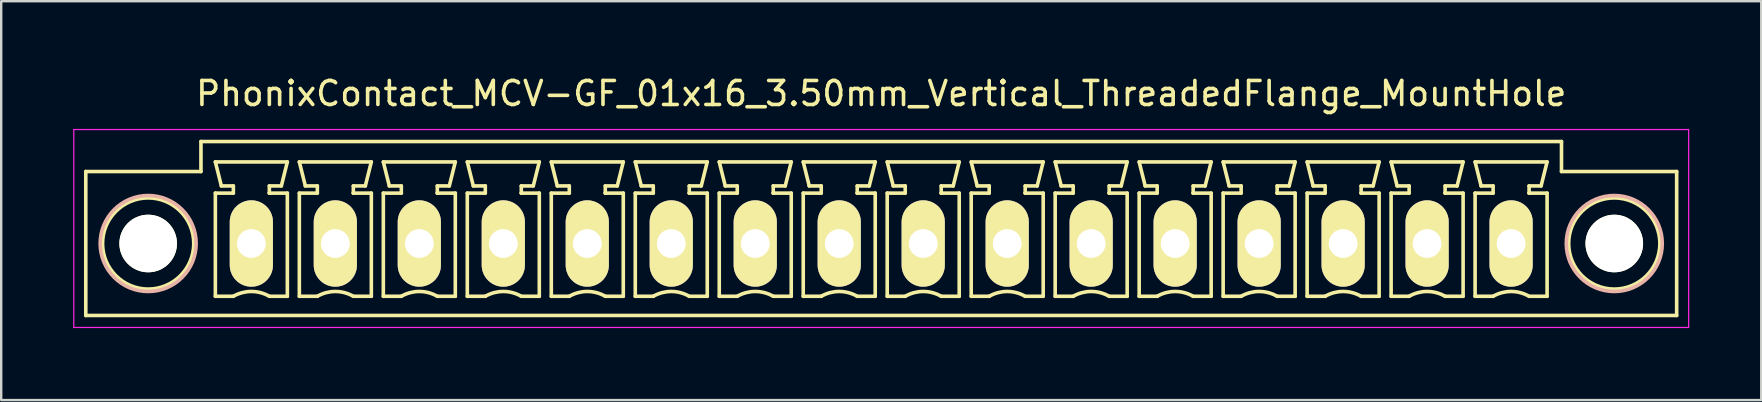
<source format=kicad_pcb>
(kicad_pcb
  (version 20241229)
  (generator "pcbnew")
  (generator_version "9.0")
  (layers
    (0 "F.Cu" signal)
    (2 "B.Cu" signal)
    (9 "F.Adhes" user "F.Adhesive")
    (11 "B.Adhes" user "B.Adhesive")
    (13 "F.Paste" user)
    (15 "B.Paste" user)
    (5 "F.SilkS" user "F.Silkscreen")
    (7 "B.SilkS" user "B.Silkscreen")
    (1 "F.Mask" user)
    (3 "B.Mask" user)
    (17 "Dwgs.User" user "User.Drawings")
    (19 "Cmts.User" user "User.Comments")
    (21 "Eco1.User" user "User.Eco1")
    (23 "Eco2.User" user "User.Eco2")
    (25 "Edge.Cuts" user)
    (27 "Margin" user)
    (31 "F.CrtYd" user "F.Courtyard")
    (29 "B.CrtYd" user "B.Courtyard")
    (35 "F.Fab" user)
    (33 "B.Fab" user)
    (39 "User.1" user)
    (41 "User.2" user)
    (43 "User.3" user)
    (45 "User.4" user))
  (footprint "PhonixContact_MCV-GF_01x16_3.50mm_Vertical_ThreadedFlange_MountHole"
    (layer "F.Cu")
    (at 7.425 7.098)
    (property "Reference" "PhonixContact_MCV-GF_01x16_3.50mm_Vertical_ThreadedFlange_MountHole" (at 26.25 -6.25 0) (layer "F.SilkS") (effects (font (size 1 1) (thickness 0.15))))
    (attr through_hole)
    (fp_line (start -6.9 -3) (end -6.9 3) (stroke (width 0.15) (type solid)) (layer "F.SilkS"))
    (fp_line (start -6.9 3) (end 59.4 3) (stroke (width 0.15) (type solid)) (layer "F.SilkS"))
    (fp_line (start -2.1 -4.25) (end -2.1 -3) (stroke (width 0.15) (type solid)) (layer "F.SilkS"))
    (fp_line (start -2.1 -3) (end -6.9 -3) (stroke (width 0.15) (type solid)) (layer "F.SilkS"))
    (fp_line (start -1.5 -3.4) (end 1.5 -3.4) (stroke (width 0.15) (type solid)) (layer "F.SilkS"))
    (fp_line (start -1.5 -2.1) (end -0.75 -2.1) (stroke (width 0.15) (type solid)) (layer "F.SilkS"))
    (fp_line (start -1.5 2.2) (end -1.5 -2.1) (stroke (width 0.15) (type solid)) (layer "F.SilkS"))
    (fp_line (start -1.25 -2.4) (end -1.5 -3.4) (stroke (width 0.15) (type solid)) (layer "F.SilkS"))
    (fp_line (start -0.75 -2.4) (end -1.25 -2.4) (stroke (width 0.15) (type solid)) (layer "F.SilkS"))
    (fp_line (start -0.75 -2.1) (end -0.75 -2.4) (stroke (width 0.15) (type solid)) (layer "F.SilkS"))
    (fp_line (start -0.75 2.2) (end -1.5 2.2) (stroke (width 0.15) (type solid)) (layer "F.SilkS"))
    (fp_line (start 0.75 -2.4) (end 0.75 -2.1) (stroke (width 0.15) (type solid)) (layer "F.SilkS"))
    (fp_line (start 0.75 -2.1) (end 0.75 -2.1) (stroke (width 0.15) (type solid)) (layer "F.SilkS"))
    (fp_line (start 0.75 -2.1) (end 1.5 -2.1) (stroke (width 0.15) (type solid)) (layer "F.SilkS"))
    (fp_line (start 1.25 -2.4) (end 0.75 -2.4) (stroke (width 0.15) (type solid)) (layer "F.SilkS"))
    (fp_line (start 1.5 -3.4) (end 1.25 -2.4) (stroke (width 0.15) (type solid)) (layer "F.SilkS"))
    (fp_line (start 1.5 -2.1) (end 1.5 2.2) (stroke (width 0.15) (type solid)) (layer "F.SilkS"))
    (fp_line (start 1.5 2.2) (end 0.75 2.2) (stroke (width 0.15) (type solid)) (layer "F.SilkS"))
    (fp_line (start 2 -3.4) (end 5 -3.4) (stroke (width 0.15) (type solid)) (layer "F.SilkS"))
    (fp_line (start 2 -2.1) (end 2.75 -2.1) (stroke (width 0.15) (type solid)) (layer "F.SilkS"))
    (fp_line (start 2 2.2) (end 2 -2.1) (stroke (width 0.15) (type solid)) (layer "F.SilkS"))
    (fp_line (start 2.25 -2.4) (end 2 -3.4) (stroke (width 0.15) (type solid)) (layer "F.SilkS"))
    (fp_line (start 2.75 -2.4) (end 2.25 -2.4) (stroke (width 0.15) (type solid)) (layer "F.SilkS"))
    (fp_line (start 2.75 -2.1) (end 2.75 -2.4) (stroke (width 0.15) (type solid)) (layer "F.SilkS"))
    (fp_line (start 2.75 2.2) (end 2 2.2) (stroke (width 0.15) (type solid)) (layer "F.SilkS"))
    (fp_line (start 4.25 -2.4) (end 4.25 -2.1) (stroke (width 0.15) (type solid)) (layer "F.SilkS"))
    (fp_line (start 4.25 -2.1) (end 4.25 -2.1) (stroke (width 0.15) (type solid)) (layer "F.SilkS"))
    (fp_line (start 4.25 -2.1) (end 5 -2.1) (stroke (width 0.15) (type solid)) (layer "F.SilkS"))
    (fp_line (start 4.75 -2.4) (end 4.25 -2.4) (stroke (width 0.15) (type solid)) (layer "F.SilkS"))
    (fp_line (start 5 -3.4) (end 4.75 -2.4) (stroke (width 0.15) (type solid)) (layer "F.SilkS"))
    (fp_line (start 5 -2.1) (end 5 2.2) (stroke (width 0.15) (type solid)) (layer "F.SilkS"))
    (fp_line (start 5 2.2) (end 4.25 2.2) (stroke (width 0.15) (type solid)) (layer "F.SilkS"))
    (fp_line (start 5.5 -3.4) (end 8.5 -3.4) (stroke (width 0.15) (type solid)) (layer "F.SilkS"))
    (fp_line (start 5.5 -2.1) (end 6.25 -2.1) (stroke (width 0.15) (type solid)) (layer "F.SilkS"))
    (fp_line (start 5.5 2.2) (end 5.5 -2.1) (stroke (width 0.15) (type solid)) (layer "F.SilkS"))
    (fp_line (start 5.75 -2.4) (end 5.5 -3.4) (stroke (width 0.15) (type solid)) (layer "F.SilkS"))
    (fp_line (start 6.25 -2.4) (end 5.75 -2.4) (stroke (width 0.15) (type solid)) (layer "F.SilkS"))
    (fp_line (start 6.25 -2.1) (end 6.25 -2.4) (stroke (width 0.15) (type solid)) (layer "F.SilkS"))
    (fp_line (start 6.25 2.2) (end 5.5 2.2) (stroke (width 0.15) (type solid)) (layer "F.SilkS"))
    (fp_line (start 7.75 -2.4) (end 7.75 -2.1) (stroke (width 0.15) (type solid)) (layer "F.SilkS"))
    (fp_line (start 7.75 -2.1) (end 7.75 -2.1) (stroke (width 0.15) (type solid)) (layer "F.SilkS"))
    (fp_line (start 7.75 -2.1) (end 8.5 -2.1) (stroke (width 0.15) (type solid)) (layer "F.SilkS"))
    (fp_line (start 8.25 -2.4) (end 7.75 -2.4) (stroke (width 0.15) (type solid)) (layer "F.SilkS"))
    (fp_line (start 8.5 -3.4) (end 8.25 -2.4) (stroke (width 0.15) (type solid)) (layer "F.SilkS"))
    (fp_line (start 8.5 -2.1) (end 8.5 2.2) (stroke (width 0.15) (type solid)) (layer "F.SilkS"))
    (fp_line (start 8.5 2.2) (end 7.75 2.2) (stroke (width 0.15) (type solid)) (layer "F.SilkS"))
    (fp_line (start 9 -3.4) (end 12 -3.4) (stroke (width 0.15) (type solid)) (layer "F.SilkS"))
    (fp_line (start 9 -2.1) (end 9.75 -2.1) (stroke (width 0.15) (type solid)) (layer "F.SilkS"))
    (fp_line (start 9 2.2) (end 9 -2.1) (stroke (width 0.15) (type solid)) (layer "F.SilkS"))
    (fp_line (start 9.25 -2.4) (end 9 -3.4) (stroke (width 0.15) (type solid)) (layer "F.SilkS"))
    (fp_line (start 9.75 -2.4) (end 9.25 -2.4) (stroke (width 0.15) (type solid)) (layer "F.SilkS"))
    (fp_line (start 9.75 -2.1) (end 9.75 -2.4) (stroke (width 0.15) (type solid)) (layer "F.SilkS"))
    (fp_line (start 9.75 2.2) (end 9 2.2) (stroke (width 0.15) (type solid)) (layer "F.SilkS"))
    (fp_line (start 11.25 -2.4) (end 11.25 -2.1) (stroke (width 0.15) (type solid)) (layer "F.SilkS"))
    (fp_line (start 11.25 -2.1) (end 11.25 -2.1) (stroke (width 0.15) (type solid)) (layer "F.SilkS"))
    (fp_line (start 11.25 -2.1) (end 12 -2.1) (stroke (width 0.15) (type solid)) (layer "F.SilkS"))
    (fp_line (start 11.75 -2.4) (end 11.25 -2.4) (stroke (width 0.15) (type solid)) (layer "F.SilkS"))
    (fp_line (start 12 -3.4) (end 11.75 -2.4) (stroke (width 0.15) (type solid)) (layer "F.SilkS"))
    (fp_line (start 12 -2.1) (end 12 2.2) (stroke (width 0.15) (type solid)) (layer "F.SilkS"))
    (fp_line (start 12 2.2) (end 11.25 2.2) (stroke (width 0.15) (type solid)) (layer "F.SilkS"))
    (fp_line (start 12.5 -3.4) (end 15.5 -3.4) (stroke (width 0.15) (type solid)) (layer "F.SilkS"))
    (fp_line (start 12.5 -2.1) (end 13.25 -2.1) (stroke (width 0.15) (type solid)) (layer "F.SilkS"))
    (fp_line (start 12.5 2.2) (end 12.5 -2.1) (stroke (width 0.15) (type solid)) (layer "F.SilkS"))
    (fp_line (start 12.75 -2.4) (end 12.5 -3.4) (stroke (width 0.15) (type solid)) (layer "F.SilkS"))
    (fp_line (start 13.25 -2.4) (end 12.75 -2.4) (stroke (width 0.15) (type solid)) (layer "F.SilkS"))
    (fp_line (start 13.25 -2.1) (end 13.25 -2.4) (stroke (width 0.15) (type solid)) (layer "F.SilkS"))
    (fp_line (start 13.25 2.2) (end 12.5 2.2) (stroke (width 0.15) (type solid)) (layer "F.SilkS"))
    (fp_line (start 14.75 -2.4) (end 14.75 -2.1) (stroke (width 0.15) (type solid)) (layer "F.SilkS"))
    (fp_line (start 14.75 -2.1) (end 14.75 -2.1) (stroke (width 0.15) (type solid)) (layer "F.SilkS"))
    (fp_line (start 14.75 -2.1) (end 15.5 -2.1) (stroke (width 0.15) (type solid)) (layer "F.SilkS"))
    (fp_line (start 15.25 -2.4) (end 14.75 -2.4) (stroke (width 0.15) (type solid)) (layer "F.SilkS"))
    (fp_line (start 15.5 -3.4) (end 15.25 -2.4) (stroke (width 0.15) (type solid)) (layer "F.SilkS"))
    (fp_line (start 15.5 -2.1) (end 15.5 2.2) (stroke (width 0.15) (type solid)) (layer "F.SilkS"))
    (fp_line (start 15.5 2.2) (end 14.75 2.2) (stroke (width 0.15) (type solid)) (layer "F.SilkS"))
    (fp_line (start 16 -3.4) (end 19 -3.4) (stroke (width 0.15) (type solid)) (layer "F.SilkS"))
    (fp_line (start 16 -2.1) (end 16.75 -2.1) (stroke (width 0.15) (type solid)) (layer "F.SilkS"))
    (fp_line (start 16 2.2) (end 16 -2.1) (stroke (width 0.15) (type solid)) (layer "F.SilkS"))
    (fp_line (start 16.25 -2.4) (end 16 -3.4) (stroke (width 0.15) (type solid)) (layer "F.SilkS"))
    (fp_line (start 16.75 -2.4) (end 16.25 -2.4) (stroke (width 0.15) (type solid)) (layer "F.SilkS"))
    (fp_line (start 16.75 -2.1) (end 16.75 -2.4) (stroke (width 0.15) (type solid)) (layer "F.SilkS"))
    (fp_line (start 16.75 2.2) (end 16 2.2) (stroke (width 0.15) (type solid)) (layer "F.SilkS"))
    (fp_line (start 18.25 -2.4) (end 18.25 -2.1) (stroke (width 0.15) (type solid)) (layer "F.SilkS"))
    (fp_line (start 18.25 -2.1) (end 18.25 -2.1) (stroke (width 0.15) (type solid)) (layer "F.SilkS"))
    (fp_line (start 18.25 -2.1) (end 19 -2.1) (stroke (width 0.15) (type solid)) (layer "F.SilkS"))
    (fp_line (start 18.75 -2.4) (end 18.25 -2.4) (stroke (width 0.15) (type solid)) (layer "F.SilkS"))
    (fp_line (start 19 -3.4) (end 18.75 -2.4) (stroke (width 0.15) (type solid)) (layer "F.SilkS"))
    (fp_line (start 19 -2.1) (end 19 2.2) (stroke (width 0.15) (type solid)) (layer "F.SilkS"))
    (fp_line (start 19 2.2) (end 18.25 2.2) (stroke (width 0.15) (type solid)) (layer "F.SilkS"))
    (fp_line (start 19.5 -3.4) (end 22.5 -3.4) (stroke (width 0.15) (type solid)) (layer "F.SilkS"))
    (fp_line (start 19.5 -2.1) (end 20.25 -2.1) (stroke (width 0.15) (type solid)) (layer "F.SilkS"))
    (fp_line (start 19.5 2.2) (end 19.5 -2.1) (stroke (width 0.15) (type solid)) (layer "F.SilkS"))
    (fp_line (start 19.75 -2.4) (end 19.5 -3.4) (stroke (width 0.15) (type solid)) (layer "F.SilkS"))
    (fp_line (start 20.25 -2.4) (end 19.75 -2.4) (stroke (width 0.15) (type solid)) (layer "F.SilkS"))
    (fp_line (start 20.25 -2.1) (end 20.25 -2.4) (stroke (width 0.15) (type solid)) (layer "F.SilkS"))
    (fp_line (start 20.25 2.2) (end 19.5 2.2) (stroke (width 0.15) (type solid)) (layer "F.SilkS"))
    (fp_line (start 21.75 -2.4) (end 21.75 -2.1) (stroke (width 0.15) (type solid)) (layer "F.SilkS"))
    (fp_line (start 21.75 -2.1) (end 21.75 -2.1) (stroke (width 0.15) (type solid)) (layer "F.SilkS"))
    (fp_line (start 21.75 -2.1) (end 22.5 -2.1) (stroke (width 0.15) (type solid)) (layer "F.SilkS"))
    (fp_line (start 22.25 -2.4) (end 21.75 -2.4) (stroke (width 0.15) (type solid)) (layer "F.SilkS"))
    (fp_line (start 22.5 -3.4) (end 22.25 -2.4) (stroke (width 0.15) (type solid)) (layer "F.SilkS"))
    (fp_line (start 22.5 -2.1) (end 22.5 2.2) (stroke (width 0.15) (type solid)) (layer "F.SilkS"))
    (fp_line (start 22.5 2.2) (end 21.75 2.2) (stroke (width 0.15) (type solid)) (layer "F.SilkS"))
    (fp_line (start 23 -3.4) (end 26 -3.4) (stroke (width 0.15) (type solid)) (layer "F.SilkS"))
    (fp_line (start 23 -2.1) (end 23.75 -2.1) (stroke (width 0.15) (type solid)) (layer "F.SilkS"))
    (fp_line (start 23 2.2) (end 23 -2.1) (stroke (width 0.15) (type solid)) (layer "F.SilkS"))
    (fp_line (start 23.25 -2.4) (end 23 -3.4) (stroke (width 0.15) (type solid)) (layer "F.SilkS"))
    (fp_line (start 23.75 -2.4) (end 23.25 -2.4) (stroke (width 0.15) (type solid)) (layer "F.SilkS"))
    (fp_line (start 23.75 -2.1) (end 23.75 -2.4) (stroke (width 0.15) (type solid)) (layer "F.SilkS"))
    (fp_line (start 23.75 2.2) (end 23 2.2) (stroke (width 0.15) (type solid)) (layer "F.SilkS"))
    (fp_line (start 25.25 -2.4) (end 25.25 -2.1) (stroke (width 0.15) (type solid)) (layer "F.SilkS"))
    (fp_line (start 25.25 -2.1) (end 25.25 -2.1) (stroke (width 0.15) (type solid)) (layer "F.SilkS"))
    (fp_line (start 25.25 -2.1) (end 26 -2.1) (stroke (width 0.15) (type solid)) (layer "F.SilkS"))
    (fp_line (start 25.75 -2.4) (end 25.25 -2.4) (stroke (width 0.15) (type solid)) (layer "F.SilkS"))
    (fp_line (start 26 -3.4) (end 25.75 -2.4) (stroke (width 0.15) (type solid)) (layer "F.SilkS"))
    (fp_line (start 26 -2.1) (end 26 2.2) (stroke (width 0.15) (type solid)) (layer "F.SilkS"))
    (fp_line (start 26 2.2) (end 25.25 2.2) (stroke (width 0.15) (type solid)) (layer "F.SilkS"))
    (fp_line (start 26.5 -3.4) (end 29.5 -3.4) (stroke (width 0.15) (type solid)) (layer "F.SilkS"))
    (fp_line (start 26.5 -2.1) (end 27.25 -2.1) (stroke (width 0.15) (type solid)) (layer "F.SilkS"))
    (fp_line (start 26.5 2.2) (end 26.5 -2.1) (stroke (width 0.15) (type solid)) (layer "F.SilkS"))
    (fp_line (start 26.75 -2.4) (end 26.5 -3.4) (stroke (width 0.15) (type solid)) (layer "F.SilkS"))
    (fp_line (start 27.25 -2.4) (end 26.75 -2.4) (stroke (width 0.15) (type solid)) (layer "F.SilkS"))
    (fp_line (start 27.25 -2.1) (end 27.25 -2.4) (stroke (width 0.15) (type solid)) (layer "F.SilkS"))
    (fp_line (start 27.25 2.2) (end 26.5 2.2) (stroke (width 0.15) (type solid)) (layer "F.SilkS"))
    (fp_line (start 28.75 -2.4) (end 28.75 -2.1) (stroke (width 0.15) (type solid)) (layer "F.SilkS"))
    (fp_line (start 28.75 -2.1) (end 28.75 -2.1) (stroke (width 0.15) (type solid)) (layer "F.SilkS"))
    (fp_line (start 28.75 -2.1) (end 29.5 -2.1) (stroke (width 0.15) (type solid)) (layer "F.SilkS"))
    (fp_line (start 29.25 -2.4) (end 28.75 -2.4) (stroke (width 0.15) (type solid)) (layer "F.SilkS"))
    (fp_line (start 29.5 -3.4) (end 29.25 -2.4) (stroke (width 0.15) (type solid)) (layer "F.SilkS"))
    (fp_line (start 29.5 -2.1) (end 29.5 2.2) (stroke (width 0.15) (type solid)) (layer "F.SilkS"))
    (fp_line (start 29.5 2.2) (end 28.75 2.2) (stroke (width 0.15) (type solid)) (layer "F.SilkS"))
    (fp_line (start 30 -3.4) (end 33 -3.4) (stroke (width 0.15) (type solid)) (layer "F.SilkS"))
    (fp_line (start 30 -2.1) (end 30.75 -2.1) (stroke (width 0.15) (type solid)) (layer "F.SilkS"))
    (fp_line (start 30 2.2) (end 30 -2.1) (stroke (width 0.15) (type solid)) (layer "F.SilkS"))
    (fp_line (start 30.25 -2.4) (end 30 -3.4) (stroke (width 0.15) (type solid)) (layer "F.SilkS"))
    (fp_line (start 30.75 -2.4) (end 30.25 -2.4) (stroke (width 0.15) (type solid)) (layer "F.SilkS"))
    (fp_line (start 30.75 -2.1) (end 30.75 -2.4) (stroke (width 0.15) (type solid)) (layer "F.SilkS"))
    (fp_line (start 30.75 2.2) (end 30 2.2) (stroke (width 0.15) (type solid)) (layer "F.SilkS"))
    (fp_line (start 32.25 -2.4) (end 32.25 -2.1) (stroke (width 0.15) (type solid)) (layer "F.SilkS"))
    (fp_line (start 32.25 -2.1) (end 32.25 -2.1) (stroke (width 0.15) (type solid)) (layer "F.SilkS"))
    (fp_line (start 32.25 -2.1) (end 33 -2.1) (stroke (width 0.15) (type solid)) (layer "F.SilkS"))
    (fp_line (start 32.75 -2.4) (end 32.25 -2.4) (stroke (width 0.15) (type solid)) (layer "F.SilkS"))
    (fp_line (start 33 -3.4) (end 32.75 -2.4) (stroke (width 0.15) (type solid)) (layer "F.SilkS"))
    (fp_line (start 33 -2.1) (end 33 2.2) (stroke (width 0.15) (type solid)) (layer "F.SilkS"))
    (fp_line (start 33 2.2) (end 32.25 2.2) (stroke (width 0.15) (type solid)) (layer "F.SilkS"))
    (fp_line (start 33.5 -3.4) (end 36.5 -3.4) (stroke (width 0.15) (type solid)) (layer "F.SilkS"))
    (fp_line (start 33.5 -2.1) (end 34.25 -2.1) (stroke (width 0.15) (type solid)) (layer "F.SilkS"))
    (fp_line (start 33.5 2.2) (end 33.5 -2.1) (stroke (width 0.15) (type solid)) (layer "F.SilkS"))
    (fp_line (start 33.75 -2.4) (end 33.5 -3.4) (stroke (width 0.15) (type solid)) (layer "F.SilkS"))
    (fp_line (start 34.25 -2.4) (end 33.75 -2.4) (stroke (width 0.15) (type solid)) (layer "F.SilkS"))
    (fp_line (start 34.25 -2.1) (end 34.25 -2.4) (stroke (width 0.15) (type solid)) (layer "F.SilkS"))
    (fp_line (start 34.25 2.2) (end 33.5 2.2) (stroke (width 0.15) (type solid)) (layer "F.SilkS"))
    (fp_line (start 35.75 -2.4) (end 35.75 -2.1) (stroke (width 0.15) (type solid)) (layer "F.SilkS"))
    (fp_line (start 35.75 -2.1) (end 35.75 -2.1) (stroke (width 0.15) (type solid)) (layer "F.SilkS"))
    (fp_line (start 35.75 -2.1) (end 36.5 -2.1) (stroke (width 0.15) (type solid)) (layer "F.SilkS"))
    (fp_line (start 36.25 -2.4) (end 35.75 -2.4) (stroke (width 0.15) (type solid)) (layer "F.SilkS"))
    (fp_line (start 36.5 -3.4) (end 36.25 -2.4) (stroke (width 0.15) (type solid)) (layer "F.SilkS"))
    (fp_line (start 36.5 -2.1) (end 36.5 2.2) (stroke (width 0.15) (type solid)) (layer "F.SilkS"))
    (fp_line (start 36.5 2.2) (end 35.75 2.2) (stroke (width 0.15) (type solid)) (layer "F.SilkS"))
    (fp_line (start 37 -3.4) (end 40 -3.4) (stroke (width 0.15) (type solid)) (layer "F.SilkS"))
    (fp_line (start 37 -2.1) (end 37.75 -2.1) (stroke (width 0.15) (type solid)) (layer "F.SilkS"))
    (fp_line (start 37 2.2) (end 37 -2.1) (stroke (width 0.15) (type solid)) (layer "F.SilkS"))
    (fp_line (start 37.25 -2.4) (end 37 -3.4) (stroke (width 0.15) (type solid)) (layer "F.SilkS"))
    (fp_line (start 37.75 -2.4) (end 37.25 -2.4) (stroke (width 0.15) (type solid)) (layer "F.SilkS"))
    (fp_line (start 37.75 -2.1) (end 37.75 -2.4) (stroke (width 0.15) (type solid)) (layer "F.SilkS"))
    (fp_line (start 37.75 2.2) (end 37 2.2) (stroke (width 0.15) (type solid)) (layer "F.SilkS"))
    (fp_line (start 39.25 -2.4) (end 39.25 -2.1) (stroke (width 0.15) (type solid)) (layer "F.SilkS"))
    (fp_line (start 39.25 -2.1) (end 39.25 -2.1) (stroke (width 0.15) (type solid)) (layer "F.SilkS"))
    (fp_line (start 39.25 -2.1) (end 40 -2.1) (stroke (width 0.15) (type solid)) (layer "F.SilkS"))
    (fp_line (start 39.75 -2.4) (end 39.25 -2.4) (stroke (width 0.15) (type solid)) (layer "F.SilkS"))
    (fp_line (start 40 -3.4) (end 39.75 -2.4) (stroke (width 0.15) (type solid)) (layer "F.SilkS"))
    (fp_line (start 40 -2.1) (end 40 2.2) (stroke (width 0.15) (type solid)) (layer "F.SilkS"))
    (fp_line (start 40 2.2) (end 39.25 2.2) (stroke (width 0.15) (type solid)) (layer "F.SilkS"))
    (fp_line (start 40.5 -3.4) (end 43.5 -3.4) (stroke (width 0.15) (type solid)) (layer "F.SilkS"))
    (fp_line (start 40.5 -2.1) (end 41.25 -2.1) (stroke (width 0.15) (type solid)) (layer "F.SilkS"))
    (fp_line (start 40.5 2.2) (end 40.5 -2.1) (stroke (width 0.15) (type solid)) (layer "F.SilkS"))
    (fp_line (start 40.75 -2.4) (end 40.5 -3.4) (stroke (width 0.15) (type solid)) (layer "F.SilkS"))
    (fp_line (start 41.25 -2.4) (end 40.75 -2.4) (stroke (width 0.15) (type solid)) (layer "F.SilkS"))
    (fp_line (start 41.25 -2.1) (end 41.25 -2.4) (stroke (width 0.15) (type solid)) (layer "F.SilkS"))
    (fp_line (start 41.25 2.2) (end 40.5 2.2) (stroke (width 0.15) (type solid)) (layer "F.SilkS"))
    (fp_line (start 42.75 -2.4) (end 42.75 -2.1) (stroke (width 0.15) (type solid)) (layer "F.SilkS"))
    (fp_line (start 42.75 -2.1) (end 42.75 -2.1) (stroke (width 0.15) (type solid)) (layer "F.SilkS"))
    (fp_line (start 42.75 -2.1) (end 43.5 -2.1) (stroke (width 0.15) (type solid)) (layer "F.SilkS"))
    (fp_line (start 43.25 -2.4) (end 42.75 -2.4) (stroke (width 0.15) (type solid)) (layer "F.SilkS"))
    (fp_line (start 43.5 -3.4) (end 43.25 -2.4) (stroke (width 0.15) (type solid)) (layer "F.SilkS"))
    (fp_line (start 43.5 -2.1) (end 43.5 2.2) (stroke (width 0.15) (type solid)) (layer "F.SilkS"))
    (fp_line (start 43.5 2.2) (end 42.75 2.2) (stroke (width 0.15) (type solid)) (layer "F.SilkS"))
    (fp_line (start 44 -3.4) (end 47 -3.4) (stroke (width 0.15) (type solid)) (layer "F.SilkS"))
    (fp_line (start 44 -2.1) (end 44.75 -2.1) (stroke (width 0.15) (type solid)) (layer "F.SilkS"))
    (fp_line (start 44 2.2) (end 44 -2.1) (stroke (width 0.15) (type solid)) (layer "F.SilkS"))
    (fp_line (start 44.25 -2.4) (end 44 -3.4) (stroke (width 0.15) (type solid)) (layer "F.SilkS"))
    (fp_line (start 44.75 -2.4) (end 44.25 -2.4) (stroke (width 0.15) (type solid)) (layer "F.SilkS"))
    (fp_line (start 44.75 -2.1) (end 44.75 -2.4) (stroke (width 0.15) (type solid)) (layer "F.SilkS"))
    (fp_line (start 44.75 2.2) (end 44 2.2) (stroke (width 0.15) (type solid)) (layer "F.SilkS"))
    (fp_line (start 46.25 -2.4) (end 46.25 -2.1) (stroke (width 0.15) (type solid)) (layer "F.SilkS"))
    (fp_line (start 46.25 -2.1) (end 46.25 -2.1) (stroke (width 0.15) (type solid)) (layer "F.SilkS"))
    (fp_line (start 46.25 -2.1) (end 47 -2.1) (stroke (width 0.15) (type solid)) (layer "F.SilkS"))
    (fp_line (start 46.75 -2.4) (end 46.25 -2.4) (stroke (width 0.15) (type solid)) (layer "F.SilkS"))
    (fp_line (start 47 -3.4) (end 46.75 -2.4) (stroke (width 0.15) (type solid)) (layer "F.SilkS"))
    (fp_line (start 47 -2.1) (end 47 2.2) (stroke (width 0.15) (type solid)) (layer "F.SilkS"))
    (fp_line (start 47 2.2) (end 46.25 2.2) (stroke (width 0.15) (type solid)) (layer "F.SilkS"))
    (fp_line (start 47.5 -3.4) (end 50.5 -3.4) (stroke (width 0.15) (type solid)) (layer "F.SilkS"))
    (fp_line (start 47.5 -2.1) (end 48.25 -2.1) (stroke (width 0.15) (type solid)) (layer "F.SilkS"))
    (fp_line (start 47.5 2.2) (end 47.5 -2.1) (stroke (width 0.15) (type solid)) (layer "F.SilkS"))
    (fp_line (start 47.75 -2.4) (end 47.5 -3.4) (stroke (width 0.15) (type solid)) (layer "F.SilkS"))
    (fp_line (start 48.25 -2.4) (end 47.75 -2.4) (stroke (width 0.15) (type solid)) (layer "F.SilkS"))
    (fp_line (start 48.25 -2.1) (end 48.25 -2.4) (stroke (width 0.15) (type solid)) (layer "F.SilkS"))
    (fp_line (start 48.25 2.2) (end 47.5 2.2) (stroke (width 0.15) (type solid)) (layer "F.SilkS"))
    (fp_line (start 49.75 -2.4) (end 49.75 -2.1) (stroke (width 0.15) (type solid)) (layer "F.SilkS"))
    (fp_line (start 49.75 -2.1) (end 49.75 -2.1) (stroke (width 0.15) (type solid)) (layer "F.SilkS"))
    (fp_line (start 49.75 -2.1) (end 50.5 -2.1) (stroke (width 0.15) (type solid)) (layer "F.SilkS"))
    (fp_line (start 50.25 -2.4) (end 49.75 -2.4) (stroke (width 0.15) (type solid)) (layer "F.SilkS"))
    (fp_line (start 50.5 -3.4) (end 50.25 -2.4) (stroke (width 0.15) (type solid)) (layer "F.SilkS"))
    (fp_line (start 50.5 -2.1) (end 50.5 2.2) (stroke (width 0.15) (type solid)) (layer "F.SilkS"))
    (fp_line (start 50.5 2.2) (end 49.75 2.2) (stroke (width 0.15) (type solid)) (layer "F.SilkS"))
    (fp_line (start 51 -3.4) (end 54 -3.4) (stroke (width 0.15) (type solid)) (layer "F.SilkS"))
    (fp_line (start 51 -2.1) (end 51.75 -2.1) (stroke (width 0.15) (type solid)) (layer "F.SilkS"))
    (fp_line (start 51 2.2) (end 51 -2.1) (stroke (width 0.15) (type solid)) (layer "F.SilkS"))
    (fp_line (start 51.25 -2.4) (end 51 -3.4) (stroke (width 0.15) (type solid)) (layer "F.SilkS"))
    (fp_line (start 51.75 -2.4) (end 51.25 -2.4) (stroke (width 0.15) (type solid)) (layer "F.SilkS"))
    (fp_line (start 51.75 -2.1) (end 51.75 -2.4) (stroke (width 0.15) (type solid)) (layer "F.SilkS"))
    (fp_line (start 51.75 2.2) (end 51 2.2) (stroke (width 0.15) (type solid)) (layer "F.SilkS"))
    (fp_line (start 53.25 -2.4) (end 53.25 -2.1) (stroke (width 0.15) (type solid)) (layer "F.SilkS"))
    (fp_line (start 53.25 -2.1) (end 53.25 -2.1) (stroke (width 0.15) (type solid)) (layer "F.SilkS"))
    (fp_line (start 53.25 -2.1) (end 54 -2.1) (stroke (width 0.15) (type solid)) (layer "F.SilkS"))
    (fp_line (start 53.75 -2.4) (end 53.25 -2.4) (stroke (width 0.15) (type solid)) (layer "F.SilkS"))
    (fp_line (start 54 -3.4) (end 53.75 -2.4) (stroke (width 0.15) (type solid)) (layer "F.SilkS"))
    (fp_line (start 54 -2.1) (end 54 2.2) (stroke (width 0.15) (type solid)) (layer "F.SilkS"))
    (fp_line (start 54 2.2) (end 53.25 2.2) (stroke (width 0.15) (type solid)) (layer "F.SilkS"))
    (fp_line (start 54.6 -4.25) (end -2.1 -4.25) (stroke (width 0.15) (type solid)) (layer "F.SilkS"))
    (fp_line (start 54.6 -3) (end 54.6 -4.25) (stroke (width 0.15) (type solid)) (layer "F.SilkS"))
    (fp_line (start 59.4 -3) (end 54.6 -3) (stroke (width 0.15) (type solid)) (layer "F.SilkS"))
    (fp_line (start 59.4 3) (end 59.4 -3) (stroke (width 0.15) (type solid)) (layer "F.SilkS"))
    (fp_arc (start -0.75 2.2) (mid -0.006068 1.999179) (end 0.739464 2.193978) (stroke (width 0.15) (type solid)) (layer "F.SilkS"))
    (fp_arc (start 2.75 2.2) (mid 3.493932 1.999179) (end 4.239464 2.193978) (stroke (width 0.15) (type solid)) (layer "F.SilkS"))
    (fp_arc (start 6.25 2.2) (mid 6.993932 1.999179) (end 7.739464 2.193978) (stroke (width 0.15) (type solid)) (layer "F.SilkS"))
    (fp_arc (start 9.75 2.2) (mid 10.493932 1.999179) (end 11.239464 2.193978) (stroke (width 0.15) (type solid)) (layer "F.SilkS"))
    (fp_arc (start 13.25 2.2) (mid 13.993932 1.999179) (end 14.739464 2.193978) (stroke (width 0.15) (type solid)) (layer "F.SilkS"))
    (fp_arc (start 16.75 2.2) (mid 17.493932 1.999179) (end 18.239464 2.193978) (stroke (width 0.15) (type solid)) (layer "F.SilkS"))
    (fp_arc (start 20.25 2.2) (mid 20.993932 1.999179) (end 21.739464 2.193978) (stroke (width 0.15) (type solid)) (layer "F.SilkS"))
    (fp_arc (start 23.75 2.2) (mid 24.493932 1.999179) (end 25.239464 2.193978) (stroke (width 0.15) (type solid)) (layer "F.SilkS"))
    (fp_arc (start 27.25 2.2) (mid 27.993932 1.999179) (end 28.739464 2.193978) (stroke (width 0.15) (type solid)) (layer "F.SilkS"))
    (fp_arc (start 30.75 2.2) (mid 31.493932 1.999179) (end 32.239464 2.193978) (stroke (width 0.15) (type solid)) (layer "F.SilkS"))
    (fp_arc (start 34.25 2.2) (mid 34.993932 1.999179) (end 35.739464 2.193978) (stroke (width 0.15) (type solid)) (layer "F.SilkS"))
    (fp_arc (start 37.75 2.2) (mid 38.493932 1.999179) (end 39.239464 2.193978) (stroke (width 0.15) (type solid)) (layer "F.SilkS"))
    (fp_arc (start 41.25 2.2) (mid 41.993932 1.999179) (end 42.739464 2.193978) (stroke (width 0.15) (type solid)) (layer "F.SilkS"))
    (fp_arc (start 44.75 2.2) (mid 45.493932 1.999179) (end 46.239464 2.193978) (stroke (width 0.15) (type solid)) (layer "F.SilkS"))
    (fp_arc (start 48.25 2.2) (mid 48.993932 1.999179) (end 49.739464 2.193978) (stroke (width 0.15) (type solid)) (layer "F.SilkS"))
    (fp_arc (start 51.75 2.2) (mid 52.493932 1.999179) (end 53.239464 2.193978) (stroke (width 0.15) (type solid)) (layer "F.SilkS"))
    (fp_circle (center -4.3 0) (end -2.4 0) (stroke (width 0.15) (type solid)) (fill no) (layer "F.SilkS"))
    (fp_circle (center 56.8 0) (end 58.7 0) (stroke (width 0.15) (type solid)) (fill no) (layer "F.SilkS"))
    (fp_circle (center -4.3 0) (end -2.3 0) (stroke (width 0.15) (type solid)) (fill no) (layer "B.SilkS"))
    (fp_circle (center 56.8 0) (end 58.8 0) (stroke (width 0.15) (type solid)) (fill no) (layer "B.SilkS"))
    (fp_line (start -7.4 -4.75) (end -7.4 3.5) (stroke (width 0.05) (type solid)) (layer "F.CrtYd"))
    (fp_line (start -7.4 3.5) (end 59.9 3.5) (stroke (width 0.05) (type solid)) (layer "F.CrtYd"))
    (fp_line (start 59.9 -4.75) (end -7.4 -4.75) (stroke (width 0.05) (type solid)) (layer "F.CrtYd"))
    (fp_line (start 59.9 3.5) (end 59.9 -4.75) (stroke (width 0.05) (type solid)) (layer "F.CrtYd"))
    (pad "" np_thru_hole circle (at -4.3 0) (size 2.4 2.4) (drill 2.4) (layers "*.Cu" "*.Mask" "F.SilkS"))
    (pad "" np_thru_hole circle (at 56.8 0) (size 2.4 2.4) (drill 2.4) (layers "*.Cu" "*.Mask" "F.SilkS"))
    (pad "1" thru_hole oval (at 0 0) (size 1.8 3.6) (drill 1.2) (layers "*.Cu" "*.Mask" "F.SilkS"))
    (pad "2" thru_hole oval (at 3.5 0) (size 1.8 3.6) (drill 1.2) (layers "*.Cu" "*.Mask" "F.SilkS"))
    (pad "3" thru_hole oval (at 7 0) (size 1.8 3.6) (drill 1.2) (layers "*.Cu" "*.Mask" "F.SilkS"))
    (pad "4" thru_hole oval (at 10.5 0) (size 1.8 3.6) (drill 1.2) (layers "*.Cu" "*.Mask" "F.SilkS"))
    (pad "5" thru_hole oval (at 14 0) (size 1.8 3.6) (drill 1.2) (layers "*.Cu" "*.Mask" "F.SilkS"))
    (pad "6" thru_hole oval (at 17.5 0) (size 1.8 3.6) (drill 1.2) (layers "*.Cu" "*.Mask" "F.SilkS"))
    (pad "7" thru_hole oval (at 21 0) (size 1.8 3.6) (drill 1.2) (layers "*.Cu" "*.Mask" "F.SilkS"))
    (pad "8" thru_hole oval (at 24.5 0) (size 1.8 3.6) (drill 1.2) (layers "*.Cu" "*.Mask" "F.SilkS"))
    (pad "9" thru_hole oval (at 28 0) (size 1.8 3.6) (drill 1.2) (layers "*.Cu" "*.Mask" "F.SilkS"))
    (pad "10" thru_hole oval (at 31.5 0) (size 1.8 3.6) (drill 1.2) (layers "*.Cu" "*.Mask" "F.SilkS"))
    (pad "11" thru_hole oval (at 35 0) (size 1.8 3.6) (drill 1.2) (layers "*.Cu" "*.Mask" "F.SilkS"))
    (pad "12" thru_hole oval (at 38.5 0) (size 1.8 3.6) (drill 1.2) (layers "*.Cu" "*.Mask" "F.SilkS"))
    (pad "13" thru_hole oval (at 42 0) (size 1.8 3.6) (drill 1.2) (layers "*.Cu" "*.Mask" "F.SilkS"))
    (pad "14" thru_hole oval (at 45.5 0) (size 1.8 3.6) (drill 1.2) (layers "*.Cu" "*.Mask" "F.SilkS"))
    (pad "15" thru_hole oval (at 49 0) (size 1.8 3.6) (drill 1.2) (layers "*.Cu" "*.Mask" "F.SilkS"))
    (pad "16" thru_hole oval (at 52.5 0) (size 1.8 3.6) (drill 1.2) (layers "*.Cu" "*.Mask" "F.SilkS")))
  (gr_rect
    (start -3 -3)
    (end 70.35 13.623)
    (stroke (width 0.1) (type default))
    (fill no)
    (layer "Edge.Cuts")))
</source>
